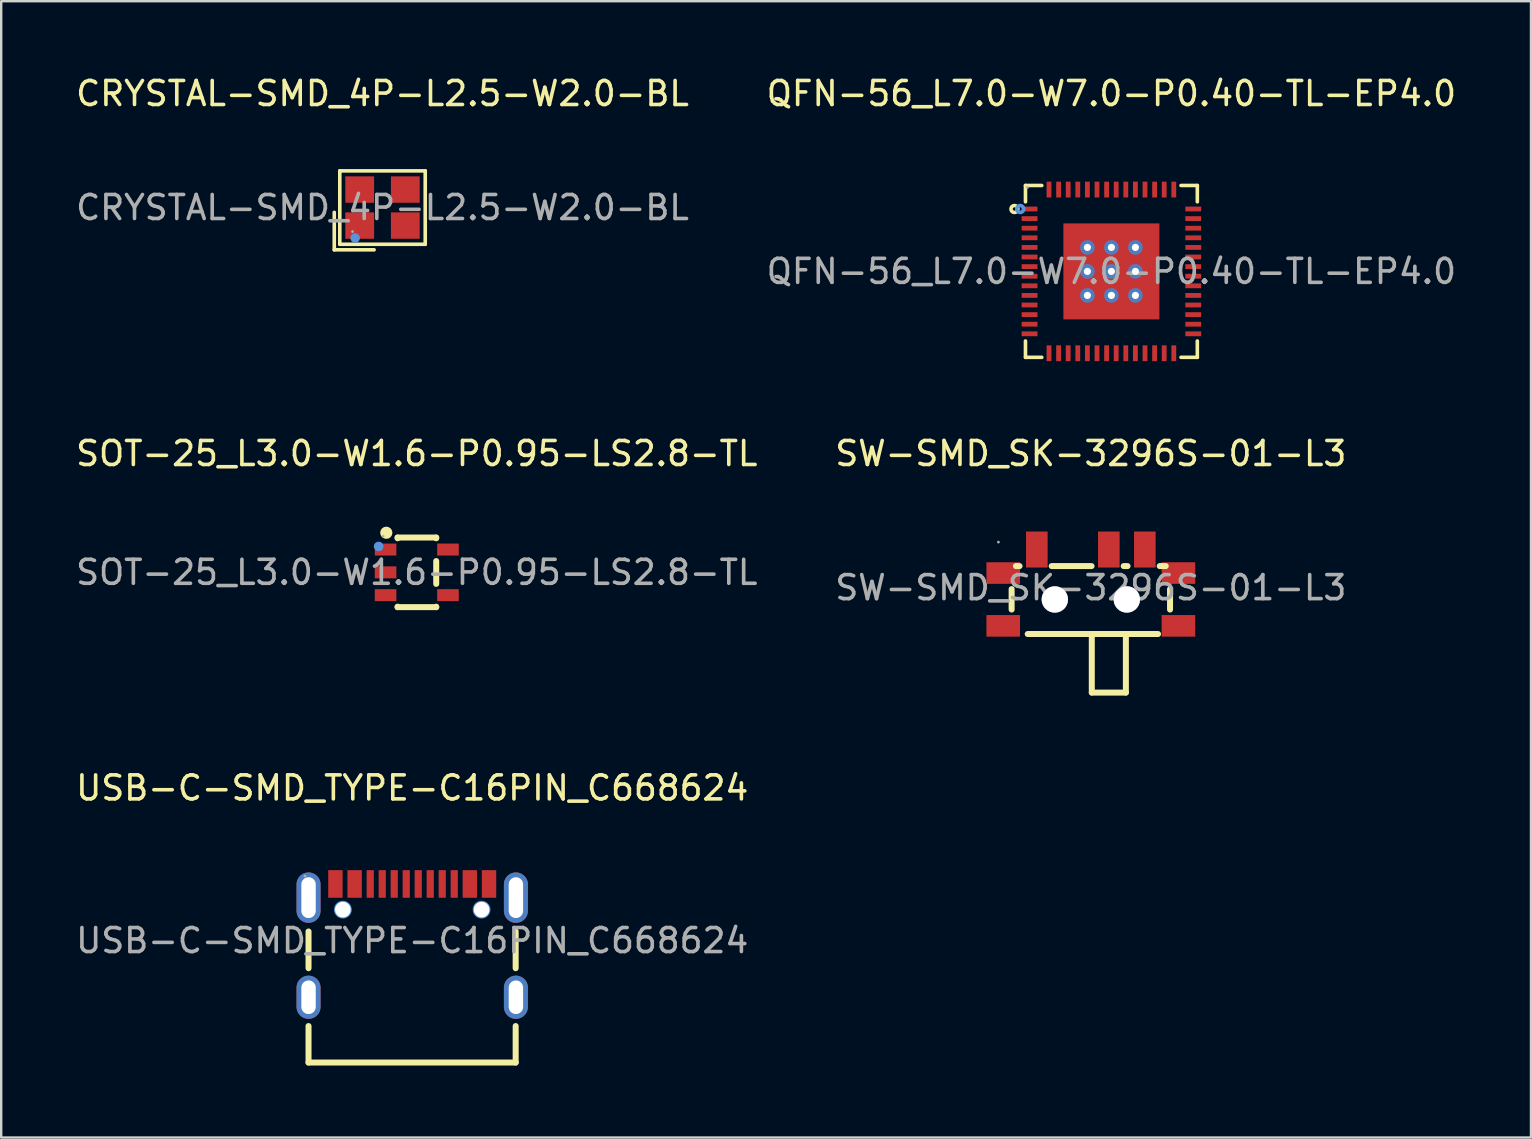
<source format=kicad_pcb>
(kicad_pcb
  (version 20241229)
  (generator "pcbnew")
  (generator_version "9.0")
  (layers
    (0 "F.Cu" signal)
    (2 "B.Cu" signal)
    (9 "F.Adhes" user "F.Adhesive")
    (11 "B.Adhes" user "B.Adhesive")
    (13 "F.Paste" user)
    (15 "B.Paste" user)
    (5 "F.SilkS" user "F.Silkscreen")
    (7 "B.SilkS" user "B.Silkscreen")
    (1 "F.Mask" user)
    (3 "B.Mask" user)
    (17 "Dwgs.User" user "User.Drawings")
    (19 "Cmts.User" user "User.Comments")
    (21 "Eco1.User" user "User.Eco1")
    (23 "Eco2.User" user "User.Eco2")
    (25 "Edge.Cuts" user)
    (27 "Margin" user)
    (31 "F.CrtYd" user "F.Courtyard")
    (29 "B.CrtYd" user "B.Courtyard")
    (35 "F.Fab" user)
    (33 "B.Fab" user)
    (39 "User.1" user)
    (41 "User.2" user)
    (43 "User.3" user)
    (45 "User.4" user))
  (footprint "SOT-25_L3.0-W1.6-P0.95-LS2.8-TL"
    (layer "F.Cu")
    (at 14.315 20.797)
    (property "Reference" "SOT-25_L3.0-W1.6-P0.95-LS2.8-TL" (at 0 -4.95 0) (layer "F.SilkS") (effects (font (size 1 1) (thickness 0.15))))
    (attr smd)
    (fp_line (start -0.8 -1.45) (end -0.8 -1.42) (stroke (width 0.25) (type solid)) (layer "F.SilkS"))
    (fp_line (start -0.8 -1.45) (end 0.81 -1.45) (stroke (width 0.25) (type solid)) (layer "F.SilkS"))
    (fp_line (start -0.8 1.43) (end -0.8 1.45) (stroke (width 0.25) (type solid)) (layer "F.SilkS"))
    (fp_line (start -0.8 1.45) (end 0.81 1.45) (stroke (width 0.25) (type solid)) (layer "F.SilkS"))
    (fp_line (start 0.81 -1.42) (end 0.81 -1.45) (stroke (width 0.25) (type solid)) (layer "F.SilkS"))
    (fp_line (start 0.81 0.48) (end 0.81 -0.47) (stroke (width 0.25) (type solid)) (layer "F.SilkS"))
    (fp_line (start 0.81 1.45) (end 0.81 1.43) (stroke (width 0.25) (type solid)) (layer "F.SilkS"))
    (fp_circle (center -1.27 -1.65) (end -1.14 -1.65) (stroke (width 0.25) (type solid)) (fill no) (layer "F.SilkS"))
    (fp_circle (center -1.59 -1.08) (end -1.49 -1.08) (stroke (width 0.2) (type solid)) (fill no) (layer "Cmts.User"))
    (fp_circle (center -1.4 -1.5) (end -1.37 -1.5) (stroke (width 0.06) (type solid)) (fill no) (layer "F.Fab"))
    (fp_text user "${REFERENCE}" (at 0 0 0) (layer "F.Fab") (effects (font (size 1 1) (thickness 0.15))))
    (pad "1" smd rect (at -1.3 -0.95 270) (size 0.5 0.9) (layers "F.Cu" "F.Mask" "F.Paste"))
    (pad "2" smd rect (at -1.3 0 270) (size 0.5 0.9) (layers "F.Cu" "F.Mask" "F.Paste"))
    (pad "3" smd rect (at -1.3 0.95 270) (size 0.5 0.9) (layers "F.Cu" "F.Mask" "F.Paste"))
    (pad "4" smd rect (at 1.3 0.95 270) (size 0.5 0.9) (layers "F.Cu" "F.Mask" "F.Paste"))
    (pad "5" smd rect (at 1.3 -0.95 270) (size 0.5 0.9) (layers "F.Cu" "F.Mask" "F.Paste")))
  (footprint "SW-SMD_SK-3296S-01-L3"
    (layer "F.Cu")
    (at 42.399 21.436)
    (property "Reference" "SW-SMD_SK-3296S-01-L3" (at 0 -5.59 0) (layer "F.SilkS") (effects (font (size 1 1) (thickness 0.15))))
    (attr smd)
    (fp_line (start -3.3 0.06) (end -3.3 0.91) (stroke (width 0.25) (type solid)) (layer "F.SilkS"))
    (fp_line (start -2.97 -0.9) (end -3.12 -0.9) (stroke (width 0.25) (type solid)) (layer "F.SilkS"))
    (fp_line (start -2.63 1.93) (end 2.8 1.93) (stroke (width 0.25) (type solid)) (layer "F.SilkS"))
    (fp_line (start 0.03 -0.9) (end -1.63 -0.9) (stroke (width 0.25) (type solid)) (layer "F.SilkS"))
    (fp_line (start 0.04 1.93) (end 0.04 4.37) (stroke (width 0.25) (type solid)) (layer "F.SilkS"))
    (fp_line (start 0.04 4.37) (end 1.46 4.37) (stroke (width 0.25) (type solid)) (layer "F.SilkS"))
    (fp_line (start 1.46 4.37) (end 1.46 1.93) (stroke (width 0.25) (type solid)) (layer "F.SilkS"))
    (fp_line (start 1.53 -0.9) (end 1.37 -0.9) (stroke (width 0.25) (type solid)) (layer "F.SilkS"))
    (fp_line (start 3.12 -0.9) (end 2.87 -0.9) (stroke (width 0.25) (type solid)) (layer "F.SilkS"))
    (fp_line (start 3.3 0.91) (end 3.3 0.06) (stroke (width 0.25) (type solid)) (layer "F.SilkS"))
    (fp_circle (center -1.5 0.49) (end -1.31 0.49) (stroke (width 0.38) (type solid)) (fill no) (layer "Cmts.User"))
    (fp_circle (center 1.5 0.49) (end 1.69 0.49) (stroke (width 0.38) (type solid)) (fill no) (layer "Cmts.User"))
    (fp_circle (center -3.85 -1.9) (end -3.82 -1.9) (stroke (width 0.06) (type solid)) (fill no) (layer "F.Fab"))
    (fp_text user "${REFERENCE}" (at 0 0 0) (layer "F.Fab") (effects (font (size 1 1) (thickness 0.15))))
    (pad "" thru_hole circle (at -1.5 0.49) (size 1.1 1.1) (drill 1.1) (layers "*.Cu" "*.Mask"))
    (pad "" thru_hole circle (at 1.5 0.49) (size 1.1 1.1) (drill 1.1) (layers "*.Cu" "*.Mask"))
    (pad "1" smd rect (at -2.25 -1.59 180) (size 0.9 1.5) (layers "F.Cu" "F.Mask" "F.Paste"))
    (pad "2" smd rect (at 0.75 -1.59 180) (size 0.9 1.5) (layers "F.Cu" "F.Mask" "F.Paste"))
    (pad "3" smd rect (at 2.25 -1.59 180) (size 0.9 1.5) (layers "F.Cu" "F.Mask" "F.Paste"))
    (pad "4" smd rect (at -3.65 -0.61 180) (size 1.4 0.9) (layers "F.Cu" "F.Mask" "F.Paste"))
    (pad "4" smd rect (at -3.65 1.59 180) (size 1.4 0.9) (layers "F.Cu" "F.Mask" "F.Paste"))
    (pad "4" smd rect (at 3.65 -0.61 180) (size 1.4 0.9) (layers "F.Cu" "F.Mask" "F.Paste"))
    (pad "4" smd rect (at 3.65 1.59 180) (size 1.4 0.9) (layers "F.Cu" "F.Mask" "F.Paste")))
  (footprint "QFN-56_L7.0-W7.0-P0.40-TL-EP4.0"
    (layer "F.Cu")
    (at 43.256 8.258)
    (property "Reference" "QFN-56_L7.0-W7.0-P0.40-TL-EP4.0" (at 0 -7.41 0) (layer "F.SilkS") (effects (font (size 1 1) (thickness 0.15))))
    (attr smd)
    (fp_line (start -3.58 -3.58) (end -3.58 -2.9) (stroke (width 0.15) (type solid)) (layer "F.SilkS"))
    (fp_line (start -3.58 3.58) (end -3.58 2.9) (stroke (width 0.15) (type solid)) (layer "F.SilkS"))
    (fp_line (start -2.9 -3.58) (end -3.58 -3.58) (stroke (width 0.15) (type solid)) (layer "F.SilkS"))
    (fp_line (start -2.9 3.58) (end -3.58 3.58) (stroke (width 0.15) (type solid)) (layer "F.SilkS"))
    (fp_line (start 2.9 -3.58) (end 3.58 -3.58) (stroke (width 0.15) (type solid)) (layer "F.SilkS"))
    (fp_line (start 2.9 3.58) (end 3.58 3.58) (stroke (width 0.15) (type solid)) (layer "F.SilkS"))
    (fp_line (start 3.58 -3.58) (end 3.58 -2.9) (stroke (width 0.15) (type solid)) (layer "F.SilkS"))
    (fp_line (start 3.58 3.58) (end 3.58 2.9) (stroke (width 0.15) (type solid)) (layer "F.SilkS"))
    (fp_circle (center -4.04 -2.6) (end -3.97 -2.6) (stroke (width 0.15) (type solid)) (fill no) (layer "F.SilkS"))
    (fp_circle (center -3.8 -2.6) (end -3.73 -2.6) (stroke (width 0.15) (type solid)) (fill no) (layer "Cmts.User"))
    (fp_circle (center -3.5 -3.5) (end -3.47 -3.5) (stroke (width 0.06) (type solid)) (fill no) (layer "F.Fab"))
    (fp_text user "${REFERENCE}" (at 0 0 0) (layer "F.Fab") (effects (font (size 1 1) (thickness 0.15))))
    (pad "" thru_hole circle (at -1 -1) (size 0.61 0.61) (drill 0.3) (layers "*.Cu" "*.Paste" "*.Mask"))
    (pad "" thru_hole circle (at -1 0) (size 0.61 0.61) (drill 0.3) (layers "*.Cu" "*.Paste" "*.Mask"))
    (pad "" thru_hole circle (at -1 1) (size 0.61 0.61) (drill 0.3) (layers "*.Cu" "*.Paste" "*.Mask"))
    (pad "" thru_hole circle (at 0 -1) (size 0.61 0.61) (drill 0.3) (layers "*.Cu" "*.Paste" "*.Mask"))
    (pad "" thru_hole circle (at 0 0) (size 0.61 0.61) (drill 0.3) (layers "*.Cu" "*.Paste" "*.Mask"))
    (pad "" thru_hole circle (at 0 1) (size 0.61 0.61) (drill 0.3) (layers "*.Cu" "*.Paste" "*.Mask"))
    (pad "" thru_hole circle (at 1 -1) (size 0.61 0.61) (drill 0.3) (layers "*.Cu" "*.Paste" "*.Mask"))
    (pad "" thru_hole circle (at 1 0) (size 0.61 0.61) (drill 0.3) (layers "*.Cu" "*.Paste" "*.Mask"))
    (pad "" thru_hole circle (at 1 1) (size 0.61 0.61) (drill 0.3) (layers "*.Cu" "*.Paste" "*.Mask"))
    (pad "1" smd rect (at -3.41 -2.6) (size 0.66 0.2) (layers "F.Cu" "F.Mask" "F.Paste"))
    (pad "2" smd rect (at -3.41 -2.2) (size 0.66 0.2) (layers "F.Cu" "F.Mask" "F.Paste"))
    (pad "3" smd rect (at -3.41 -1.8) (size 0.66 0.2) (layers "F.Cu" "F.Mask" "F.Paste"))
    (pad "4" smd rect (at -3.41 -1.4) (size 0.66 0.2) (layers "F.Cu" "F.Mask" "F.Paste"))
    (pad "5" smd rect (at -3.41 -1) (size 0.66 0.2) (layers "F.Cu" "F.Mask" "F.Paste"))
    (pad "6" smd rect (at -3.41 -0.6) (size 0.66 0.2) (layers "F.Cu" "F.Mask" "F.Paste"))
    (pad "7" smd rect (at -3.41 -0.2) (size 0.66 0.2) (layers "F.Cu" "F.Mask" "F.Paste"))
    (pad "8" smd rect (at -3.41 0.2) (size 0.66 0.2) (layers "F.Cu" "F.Mask" "F.Paste"))
    (pad "9" smd rect (at -3.41 0.6) (size 0.66 0.2) (layers "F.Cu" "F.Mask" "F.Paste"))
    (pad "10" smd rect (at -3.41 1) (size 0.66 0.2) (layers "F.Cu" "F.Mask" "F.Paste"))
    (pad "11" smd rect (at -3.41 1.4) (size 0.66 0.2) (layers "F.Cu" "F.Mask" "F.Paste"))
    (pad "12" smd rect (at -3.41 1.8) (size 0.66 0.2) (layers "F.Cu" "F.Mask" "F.Paste"))
    (pad "13" smd rect (at -3.41 2.2) (size 0.66 0.2) (layers "F.Cu" "F.Mask" "F.Paste"))
    (pad "14" smd rect (at -3.41 2.6) (size 0.66 0.2) (layers "F.Cu" "F.Mask" "F.Paste"))
    (pad "15" smd rect (at -2.6 3.41) (size 0.2 0.66) (layers "F.Cu" "F.Mask" "F.Paste"))
    (pad "16" smd rect (at -2.2 3.41) (size 0.2 0.66) (layers "F.Cu" "F.Mask" "F.Paste"))
    (pad "17" smd rect (at -1.8 3.41) (size 0.2 0.66) (layers "F.Cu" "F.Mask" "F.Paste"))
    (pad "18" smd rect (at -1.4 3.41) (size 0.2 0.66) (layers "F.Cu" "F.Mask" "F.Paste"))
    (pad "19" smd rect (at -1 3.41) (size 0.2 0.66) (layers "F.Cu" "F.Mask" "F.Paste"))
    (pad "20" smd rect (at -0.6 3.41) (size 0.2 0.66) (layers "F.Cu" "F.Mask" "F.Paste"))
    (pad "21" smd rect (at -0.2 3.41) (size 0.2 0.66) (layers "F.Cu" "F.Mask" "F.Paste"))
    (pad "22" smd rect (at 0.2 3.41) (size 0.2 0.66) (layers "F.Cu" "F.Mask" "F.Paste"))
    (pad "23" smd rect (at 0.6 3.41) (size 0.2 0.66) (layers "F.Cu" "F.Mask" "F.Paste"))
    (pad "24" smd rect (at 1 3.41) (size 0.2 0.66) (layers "F.Cu" "F.Mask" "F.Paste"))
    (pad "25" smd rect (at 1.4 3.41) (size 0.2 0.66) (layers "F.Cu" "F.Mask" "F.Paste"))
    (pad "26" smd rect (at 1.8 3.41) (size 0.2 0.66) (layers "F.Cu" "F.Mask" "F.Paste"))
    (pad "27" smd rect (at 2.2 3.41) (size 0.2 0.66) (layers "F.Cu" "F.Mask" "F.Paste"))
    (pad "28" smd rect (at 2.6 3.41) (size 0.2 0.66) (layers "F.Cu" "F.Mask" "F.Paste"))
    (pad "29" smd rect (at 3.41 2.6) (size 0.66 0.2) (layers "F.Cu" "F.Mask" "F.Paste"))
    (pad "30" smd rect (at 3.41 2.2) (size 0.66 0.2) (layers "F.Cu" "F.Mask" "F.Paste"))
    (pad "31" smd rect (at 3.41 1.8) (size 0.66 0.2) (layers "F.Cu" "F.Mask" "F.Paste"))
    (pad "32" smd rect (at 3.41 1.4) (size 0.66 0.2) (layers "F.Cu" "F.Mask" "F.Paste"))
    (pad "33" smd rect (at 3.41 1) (size 0.66 0.2) (layers "F.Cu" "F.Mask" "F.Paste"))
    (pad "34" smd rect (at 3.41 0.6) (size 0.66 0.2) (layers "F.Cu" "F.Mask" "F.Paste"))
    (pad "35" smd rect (at 3.41 0.2) (size 0.66 0.2) (layers "F.Cu" "F.Mask" "F.Paste"))
    (pad "36" smd rect (at 3.41 -0.2) (size 0.66 0.2) (layers "F.Cu" "F.Mask" "F.Paste"))
    (pad "37" smd rect (at 3.41 -0.6) (size 0.66 0.2) (layers "F.Cu" "F.Mask" "F.Paste"))
    (pad "38" smd rect (at 3.41 -1) (size 0.66 0.2) (layers "F.Cu" "F.Mask" "F.Paste"))
    (pad "39" smd rect (at 3.41 -1.4) (size 0.66 0.2) (layers "F.Cu" "F.Mask" "F.Paste"))
    (pad "40" smd rect (at 3.41 -1.8) (size 0.66 0.2) (layers "F.Cu" "F.Mask" "F.Paste"))
    (pad "41" smd rect (at 3.41 -2.2) (size 0.66 0.2) (layers "F.Cu" "F.Mask" "F.Paste"))
    (pad "42" smd rect (at 3.41 -2.6) (size 0.66 0.2) (layers "F.Cu" "F.Mask" "F.Paste"))
    (pad "43" smd rect (at 2.6 -3.41) (size 0.2 0.66) (layers "F.Cu" "F.Mask" "F.Paste"))
    (pad "44" smd rect (at 2.2 -3.41) (size 0.2 0.66) (layers "F.Cu" "F.Mask" "F.Paste"))
    (pad "45" smd rect (at 1.8 -3.41) (size 0.2 0.66) (layers "F.Cu" "F.Mask" "F.Paste"))
    (pad "46" smd rect (at 1.4 -3.41) (size 0.2 0.66) (layers "F.Cu" "F.Mask" "F.Paste"))
    (pad "47" smd rect (at 1 -3.41) (size 0.2 0.66) (layers "F.Cu" "F.Mask" "F.Paste"))
    (pad "48" smd rect (at 0.6 -3.41) (size 0.2 0.66) (layers "F.Cu" "F.Mask" "F.Paste"))
    (pad "49" smd rect (at 0.2 -3.41) (size 0.2 0.66) (layers "F.Cu" "F.Mask" "F.Paste"))
    (pad "50" smd rect (at -0.2 -3.41) (size 0.2 0.66) (layers "F.Cu" "F.Mask" "F.Paste"))
    (pad "51" smd rect (at -0.6 -3.41) (size 0.2 0.66) (layers "F.Cu" "F.Mask" "F.Paste"))
    (pad "52" smd rect (at -1 -3.41) (size 0.2 0.66) (layers "F.Cu" "F.Mask" "F.Paste"))
    (pad "53" smd rect (at -1.4 -3.41) (size 0.2 0.66) (layers "F.Cu" "F.Mask" "F.Paste"))
    (pad "54" smd rect (at -1.8 -3.41) (size 0.2 0.66) (layers "F.Cu" "F.Mask" "F.Paste"))
    (pad "55" smd rect (at -2.2 -3.41) (size 0.2 0.66) (layers "F.Cu" "F.Mask" "F.Paste"))
    (pad "56" smd rect (at -2.6 -3.41) (size 0.2 0.66) (layers "F.Cu" "F.Mask" "F.Paste"))
    (pad "57" smd rect (at 0 0) (size 4 4) (layers "F.Cu" "F.Mask" "F.Paste")))
  (footprint "USB-C-SMD_TYPE-C16PIN_C668624"
    (layer "F.Cu")
    (at 14.125 36.14)
    (property "Reference" "USB-C-SMD_TYPE-C16PIN_C668624" (at 0 -6.36 0) (layer "F.SilkS") (effects (font (size 1 1) (thickness 0.15))))
    (attr smd)
    (fp_line (start -4.32 -0.38) (end -4.32 1.15) (stroke (width 0.25) (type solid)) (layer "F.SilkS"))
    (fp_line (start -4.32 3.56) (end -4.32 5.08) (stroke (width 0.25) (type solid)) (layer "F.SilkS"))
    (fp_line (start -4.32 5.08) (end 4.31 5.08) (stroke (width 0.25) (type solid)) (layer "F.SilkS"))
    (fp_line (start 4.31 1.15) (end 4.31 -0.38) (stroke (width 0.25) (type solid)) (layer "F.SilkS"))
    (fp_line (start 4.31 5.08) (end 4.31 3.56) (stroke (width 0.25) (type solid)) (layer "F.SilkS"))
    (fp_circle (center -2.89 -1.29) (end -2.77 -1.29) (stroke (width 0.25) (type solid)) (fill no) (layer "Cmts.User"))
    (fp_circle (center 2.89 -1.29) (end 3.01 -1.29) (stroke (width 0.25) (type solid)) (fill no) (layer "Cmts.User"))
    (fp_circle (center -4.47 -2.69) (end -4.44 -2.69) (stroke (width 0.06) (type solid)) (fill no) (layer "F.Fab"))
    (fp_text user "${REFERENCE}" (at 0 0 0) (layer "F.Fab") (effects (font (size 1 1) (thickness 0.15))))
    (pad "" thru_hole circle (at -2.89 -1.29) (size 0.65 0.65) (drill 0.65) (layers "*.Cu" "*.Mask"))
    (pad "" thru_hole circle (at 2.89 -1.29) (size 0.65 0.65) (drill 0.65) (layers "*.Cu" "*.Mask"))
    (pad "1" thru_hole oval (at -4.32 -1.79) (size 1 2.1) (drill oval 0.6 1.7) (layers "*.Cu" "*.Mask"))
    (pad "2" thru_hole oval (at 4.32 -1.79) (size 1 2.1) (drill oval 0.6 1.7) (layers "*.Cu" "*.Mask"))
    (pad "3" thru_hole oval (at -4.32 2.36) (size 1 1.8) (drill oval 0.6 1.4) (layers "*.Cu" "*.Mask"))
    (pad "4" thru_hole oval (at 4.32 2.36) (size 1 1.8) (drill oval 0.6 1.4) (layers "*.Cu" "*.Mask"))
    (pad "A1B12" smd rect (at -3.2 -2.36) (size 0.6 1.15) (layers "F.Cu" "F.Mask" "F.Paste"))
    (pad "A4B9" smd rect (at -2.4 -2.36) (size 0.6 1.15) (layers "F.Cu" "F.Mask" "F.Paste"))
    (pad "A5" smd rect (at -1.25 -2.36) (size 0.3 1.15) (layers "F.Cu" "F.Mask" "F.Paste"))
    (pad "A6" smd rect (at -0.25 -2.36) (size 0.3 1.15) (layers "F.Cu" "F.Mask" "F.Paste"))
    (pad "A7" smd rect (at 0.25 -2.36) (size 0.3 1.15) (layers "F.Cu" "F.Mask" "F.Paste"))
    (pad "A8" smd rect (at 1.25 -2.36) (size 0.3 1.15) (layers "F.Cu" "F.Mask" "F.Paste"))
    (pad "B1A12" smd rect (at 3.2 -2.36) (size 0.6 1.15) (layers "F.Cu" "F.Mask" "F.Paste"))
    (pad "B4A9" smd rect (at 2.4 -2.36) (size 0.6 1.15) (layers "F.Cu" "F.Mask" "F.Paste"))
    (pad "B5" smd rect (at 1.75 -2.36) (size 0.3 1.15) (layers "F.Cu" "F.Mask" "F.Paste"))
    (pad "B6" smd rect (at 0.75 -2.36) (size 0.3 1.15) (layers "F.Cu" "F.Mask" "F.Paste"))
    (pad "B7" smd rect (at -0.75 -2.36) (size 0.3 1.15) (layers "F.Cu" "F.Mask" "F.Paste"))
    (pad "B8" smd rect (at -1.75 -2.36) (size 0.3 1.15) (layers "F.Cu" "F.Mask" "F.Paste")))
  (footprint "CRYSTAL-SMD_4P-L2.5-W2.0-BL"
    (layer "F.Cu")
    (at 12.887 5.598)
    (property "Reference" "CRYSTAL-SMD_4P-L2.5-W2.0-BL" (at 0 -4.75 0) (layer "F.SilkS") (effects (font (size 1 1) (thickness 0.15))))
    (attr smd)
    (fp_line (start -2.01 0.2) (end -2.01 1.76) (stroke (width 0.15) (type solid)) (layer "F.SilkS"))
    (fp_line (start -2.01 1.76) (end -0.35 1.76) (stroke (width 0.15) (type solid)) (layer "F.SilkS"))
    (fp_line (start -1.78 -1.53) (end 1.78 -1.53) (stroke (width 0.15) (type solid)) (layer "F.SilkS"))
    (fp_line (start -1.78 1.53) (end -1.78 -1.53) (stroke (width 0.15) (type solid)) (layer "F.SilkS"))
    (fp_line (start 1.78 -1.53) (end 1.78 1.53) (stroke (width 0.15) (type solid)) (layer "F.SilkS"))
    (fp_line (start 1.78 1.53) (end -1.78 1.53) (stroke (width 0.15) (type solid)) (layer "F.SilkS"))
    (fp_circle (center -1.14 1.27) (end -1.04 1.27) (stroke (width 0.2) (type solid)) (fill no) (layer "Cmts.User"))
    (fp_circle (center -1.25 1) (end -1.22 1) (stroke (width 0.06) (type solid)) (fill no) (layer "F.Fab"))
    (fp_text user "${REFERENCE}" (at 0 0 0) (layer "F.Fab") (effects (font (size 1 1) (thickness 0.15))))
    (pad "1" smd rect (at -0.95 0.75) (size 1.2 1.1) (layers "F.Cu" "F.Mask" "F.Paste"))
    (pad "2" smd rect (at 0.95 0.75) (size 1.2 1.1) (layers "F.Cu" "F.Mask" "F.Paste"))
    (pad "3" smd rect (at 0.95 -0.75) (size 1.2 1.1) (layers "F.Cu" "F.Mask" "F.Paste"))
    (pad "4" smd rect (at -0.95 -0.75) (size 1.2 1.1) (layers "F.Cu" "F.Mask" "F.Paste")))
  (gr_rect
    (start -3 -3)
    (end 60.738 44.345)
    (stroke (width 0.1) (type default))
    (fill no)
    (layer "Edge.Cuts")))
</source>
